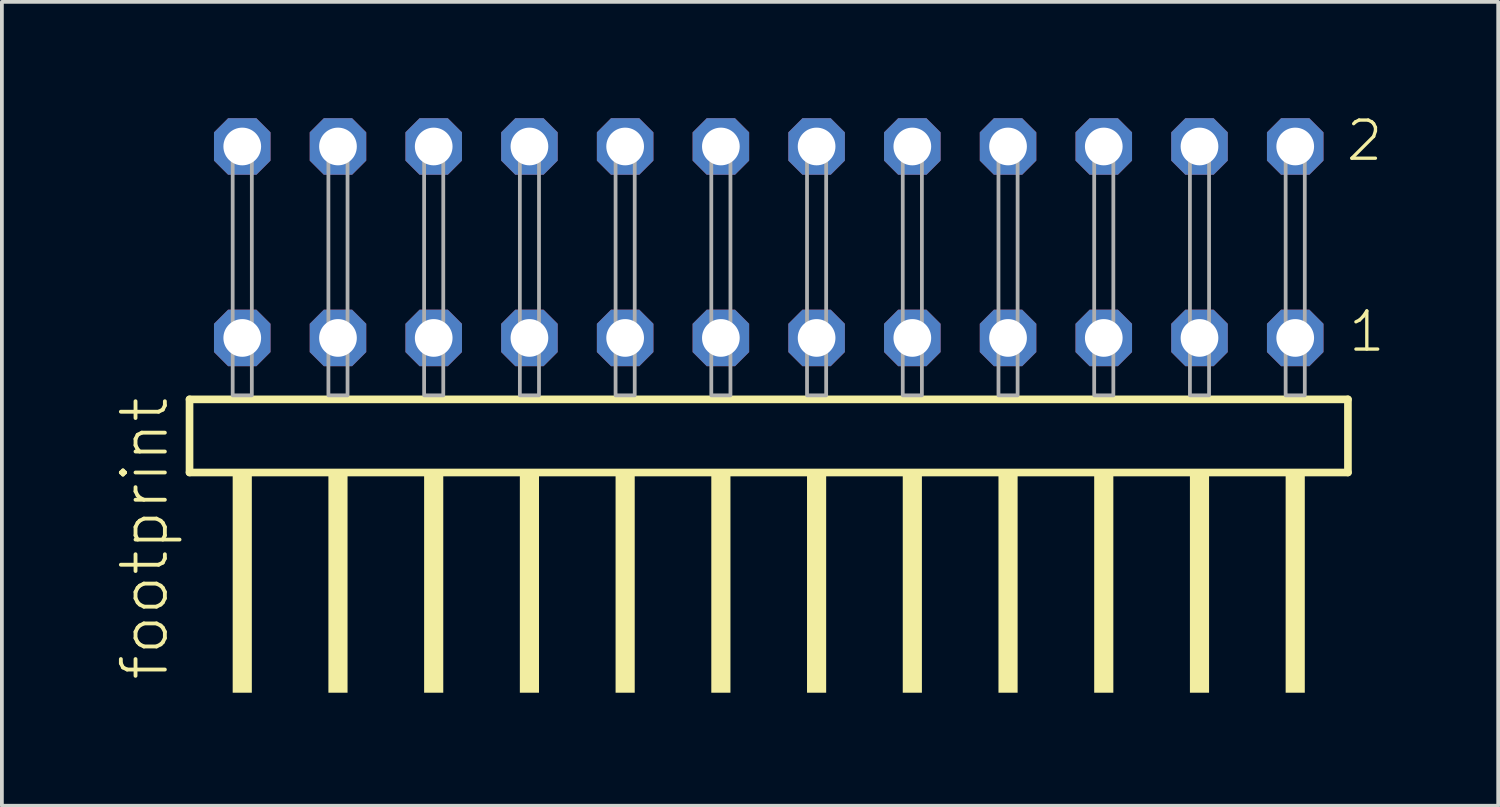
<source format=kicad_pcb>
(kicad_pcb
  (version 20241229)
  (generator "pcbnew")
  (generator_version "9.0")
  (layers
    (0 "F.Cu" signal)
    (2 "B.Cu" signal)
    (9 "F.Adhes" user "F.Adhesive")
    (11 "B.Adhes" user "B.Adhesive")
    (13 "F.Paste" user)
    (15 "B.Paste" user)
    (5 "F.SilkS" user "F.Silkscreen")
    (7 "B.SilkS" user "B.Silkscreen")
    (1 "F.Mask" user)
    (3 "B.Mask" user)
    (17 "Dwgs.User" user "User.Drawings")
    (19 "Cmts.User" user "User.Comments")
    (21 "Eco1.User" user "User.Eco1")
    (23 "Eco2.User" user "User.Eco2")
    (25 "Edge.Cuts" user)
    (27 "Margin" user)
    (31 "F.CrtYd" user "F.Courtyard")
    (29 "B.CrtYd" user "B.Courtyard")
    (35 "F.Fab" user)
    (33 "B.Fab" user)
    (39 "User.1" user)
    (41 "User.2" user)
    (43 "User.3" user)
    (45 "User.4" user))
  (footprint "footprint"
    (layer "F.Cu")
    (at 17.348 7.441)
    (property "Reference" "footprint" (at -15.875 7.62 90) (layer "F.SilkS") (effects (font (size 1.168 1.168) (thickness 0.102)) (justify left bottom)))
    (fp_line (start -15.369 0.106) (end -15.369 2.046) (stroke (width 0.203) (type solid)) (layer "F.SilkS"))
    (fp_line (start -15.369 2.046) (end 15.369 2.046) (stroke (width 0.203) (type solid)) (layer "F.SilkS"))
    (fp_line (start 15.369 0.106) (end -15.369 0.106) (stroke (width 0.203) (type solid)) (layer "F.SilkS"))
    (fp_line (start 15.369 2.046) (end 15.369 0.106) (stroke (width 0.203) (type solid)) (layer "F.SilkS"))
    (fp_poly (pts (xy -14.224 7.89) (xy -13.716 7.89) (xy -13.716 2.04) (xy -14.224 2.04)) (stroke (width 0) (type solid)) (fill yes) (layer "F.SilkS"))
    (fp_poly (pts (xy -11.684 7.89) (xy -11.176 7.89) (xy -11.176 2.04) (xy -11.684 2.04)) (stroke (width 0) (type solid)) (fill yes) (layer "F.SilkS"))
    (fp_poly (pts (xy -9.144 7.89) (xy -8.636 7.89) (xy -8.636 2.04) (xy -9.144 2.04)) (stroke (width 0) (type solid)) (fill yes) (layer "F.SilkS"))
    (fp_poly (pts (xy -6.604 7.89) (xy -6.096 7.89) (xy -6.096 2.04) (xy -6.604 2.04)) (stroke (width 0) (type solid)) (fill yes) (layer "F.SilkS"))
    (fp_poly (pts (xy -4.064 7.89) (xy -3.556 7.89) (xy -3.556 2.04) (xy -4.064 2.04)) (stroke (width 0) (type solid)) (fill yes) (layer "F.SilkS"))
    (fp_poly (pts (xy -1.524 7.89) (xy -1.016 7.89) (xy -1.016 2.04) (xy -1.524 2.04)) (stroke (width 0) (type solid)) (fill yes) (layer "F.SilkS"))
    (fp_poly (pts (xy 1.016 7.89) (xy 1.524 7.89) (xy 1.524 2.04) (xy 1.016 2.04)) (stroke (width 0) (type solid)) (fill yes) (layer "F.SilkS"))
    (fp_poly (pts (xy 3.556 7.89) (xy 4.064 7.89) (xy 4.064 2.04) (xy 3.556 2.04)) (stroke (width 0) (type solid)) (fill yes) (layer "F.SilkS"))
    (fp_poly (pts (xy 6.096 7.89) (xy 6.604 7.89) (xy 6.604 2.04) (xy 6.096 2.04)) (stroke (width 0) (type solid)) (fill yes) (layer "F.SilkS"))
    (fp_poly (pts (xy 8.636 7.89) (xy 9.144 7.89) (xy 9.144 2.04) (xy 8.636 2.04)) (stroke (width 0) (type solid)) (fill yes) (layer "F.SilkS"))
    (fp_poly (pts (xy 11.176 7.89) (xy 11.684 7.89) (xy 11.684 2.04) (xy 11.176 2.04)) (stroke (width 0) (type solid)) (fill yes) (layer "F.SilkS"))
    (fp_poly (pts (xy 13.716 7.89) (xy 14.224 7.89) (xy 14.224 2.04) (xy 13.716 2.04)) (stroke (width 0) (type solid)) (fill yes) (layer "F.SilkS"))
    (fp_poly (pts (xy -14.224 0) (xy -13.716 0) (xy -13.716 -6.858) (xy -14.224 -6.858)) (stroke (width 0.1) (type solid)) (fill no) (layer "F.Fab"))
    (fp_poly (pts (xy -11.684 0) (xy -11.176 0) (xy -11.176 -6.858) (xy -11.684 -6.858)) (stroke (width 0.1) (type solid)) (fill no) (layer "F.Fab"))
    (fp_poly (pts (xy -9.144 0) (xy -8.636 0) (xy -8.636 -6.858) (xy -9.144 -6.858)) (stroke (width 0.1) (type solid)) (fill no) (layer "F.Fab"))
    (fp_poly (pts (xy -6.604 0) (xy -6.096 0) (xy -6.096 -6.858) (xy -6.604 -6.858)) (stroke (width 0.1) (type solid)) (fill no) (layer "F.Fab"))
    (fp_poly (pts (xy -4.064 0) (xy -3.556 0) (xy -3.556 -6.858) (xy -4.064 -6.858)) (stroke (width 0.1) (type solid)) (fill no) (layer "F.Fab"))
    (fp_poly (pts (xy -1.524 0) (xy -1.016 0) (xy -1.016 -6.858) (xy -1.524 -6.858)) (stroke (width 0.1) (type solid)) (fill no) (layer "F.Fab"))
    (fp_poly (pts (xy 1.016 0) (xy 1.524 0) (xy 1.524 -6.858) (xy 1.016 -6.858)) (stroke (width 0.1) (type solid)) (fill no) (layer "F.Fab"))
    (fp_poly (pts (xy 3.556 0) (xy 4.064 0) (xy 4.064 -6.858) (xy 3.556 -6.858)) (stroke (width 0.1) (type solid)) (fill no) (layer "F.Fab"))
    (fp_poly (pts (xy 6.096 0) (xy 6.604 0) (xy 6.604 -6.858) (xy 6.096 -6.858)) (stroke (width 0.1) (type solid)) (fill no) (layer "F.Fab"))
    (fp_poly (pts (xy 8.636 0) (xy 9.144 0) (xy 9.144 -6.858) (xy 8.636 -6.858)) (stroke (width 0.1) (type solid)) (fill no) (layer "F.Fab"))
    (fp_poly (pts (xy 11.176 0) (xy 11.684 0) (xy 11.684 -6.858) (xy 11.176 -6.858)) (stroke (width 0.1) (type solid)) (fill no) (layer "F.Fab"))
    (fp_poly (pts (xy 13.716 0) (xy 14.224 0) (xy 14.224 -6.858) (xy 13.716 -6.858)) (stroke (width 0.1) (type solid)) (fill no) (layer "F.Fab"))
    (fp_text user "1" (at 15.33 -1.1 0) (layer "F.SilkS") (effects (font (size 1.012 1.012) (thickness 0.088)) (justify left bottom)))
    (fp_text user "2" (at 15.27 -6.165 0) (layer "F.SilkS") (effects (font (size 1.012 1.012) (thickness 0.088)) (justify left bottom)))
    (pad "1" thru_hole roundrect (at 13.97 -1.524 180) (size 1.5 1.5) (drill 1) (layers "*.Cu" "*.Mask") (roundrect_rratio 0.25) (chamfer_ratio 0.25) (chamfer top_left top_right bottom_left bottom_right))
    (pad "2" thru_hole roundrect (at 13.97 -6.604 180) (size 1.5 1.5) (drill 1) (layers "*.Cu" "*.Mask") (roundrect_rratio 0.25) (chamfer_ratio 0.25) (chamfer top_left top_right bottom_left bottom_right))
    (pad "3" thru_hole roundrect (at 11.43 -1.524 180) (size 1.5 1.5) (drill 1) (layers "*.Cu" "*.Mask") (roundrect_rratio 0.25) (chamfer_ratio 0.25) (chamfer top_left top_right bottom_left bottom_right))
    (pad "4" thru_hole roundrect (at 11.43 -6.604 180) (size 1.5 1.5) (drill 1) (layers "*.Cu" "*.Mask") (roundrect_rratio 0.25) (chamfer_ratio 0.25) (chamfer top_left top_right bottom_left bottom_right))
    (pad "5" thru_hole roundrect (at 8.89 -1.524 180) (size 1.5 1.5) (drill 1) (layers "*.Cu" "*.Mask") (roundrect_rratio 0.25) (chamfer_ratio 0.25) (chamfer top_left top_right bottom_left bottom_right))
    (pad "6" thru_hole roundrect (at 8.89 -6.604 180) (size 1.5 1.5) (drill 1) (layers "*.Cu" "*.Mask") (roundrect_rratio 0.25) (chamfer_ratio 0.25) (chamfer top_left top_right bottom_left bottom_right))
    (pad "7" thru_hole roundrect (at 6.35 -1.524 180) (size 1.5 1.5) (drill 1) (layers "*.Cu" "*.Mask") (roundrect_rratio 0.25) (chamfer_ratio 0.25) (chamfer top_left top_right bottom_left bottom_right))
    (pad "8" thru_hole roundrect (at 6.35 -6.604 180) (size 1.5 1.5) (drill 1) (layers "*.Cu" "*.Mask") (roundrect_rratio 0.25) (chamfer_ratio 0.25) (chamfer top_left top_right bottom_left bottom_right))
    (pad "9" thru_hole roundrect (at 3.81 -1.524 180) (size 1.5 1.5) (drill 1) (layers "*.Cu" "*.Mask") (roundrect_rratio 0.25) (chamfer_ratio 0.25) (chamfer top_left top_right bottom_left bottom_right))
    (pad "10" thru_hole roundrect (at 3.81 -6.604 180) (size 1.5 1.5) (drill 1) (layers "*.Cu" "*.Mask") (roundrect_rratio 0.25) (chamfer_ratio 0.25) (chamfer top_left top_right bottom_left bottom_right))
    (pad "11" thru_hole roundrect (at 1.27 -1.524 180) (size 1.5 1.5) (drill 1) (layers "*.Cu" "*.Mask") (roundrect_rratio 0.25) (chamfer_ratio 0.25) (chamfer top_left top_right bottom_left bottom_right))
    (pad "12" thru_hole roundrect (at 1.27 -6.604 180) (size 1.5 1.5) (drill 1) (layers "*.Cu" "*.Mask") (roundrect_rratio 0.25) (chamfer_ratio 0.25) (chamfer top_left top_right bottom_left bottom_right))
    (pad "13" thru_hole roundrect (at -1.27 -1.524 180) (size 1.5 1.5) (drill 1) (layers "*.Cu" "*.Mask") (roundrect_rratio 0.25) (chamfer_ratio 0.25) (chamfer top_left top_right bottom_left bottom_right))
    (pad "14" thru_hole roundrect (at -1.27 -6.604 180) (size 1.5 1.5) (drill 1) (layers "*.Cu" "*.Mask") (roundrect_rratio 0.25) (chamfer_ratio 0.25) (chamfer top_left top_right bottom_left bottom_right))
    (pad "15" thru_hole roundrect (at -3.81 -1.524 180) (size 1.5 1.5) (drill 1) (layers "*.Cu" "*.Mask") (roundrect_rratio 0.25) (chamfer_ratio 0.25) (chamfer top_left top_right bottom_left bottom_right))
    (pad "16" thru_hole roundrect (at -3.81 -6.604 180) (size 1.5 1.5) (drill 1) (layers "*.Cu" "*.Mask") (roundrect_rratio 0.25) (chamfer_ratio 0.25) (chamfer top_left top_right bottom_left bottom_right))
    (pad "17" thru_hole roundrect (at -6.35 -1.524 180) (size 1.5 1.5) (drill 1) (layers "*.Cu" "*.Mask") (roundrect_rratio 0.25) (chamfer_ratio 0.25) (chamfer top_left top_right bottom_left bottom_right))
    (pad "18" thru_hole roundrect (at -6.35 -6.604 180) (size 1.5 1.5) (drill 1) (layers "*.Cu" "*.Mask") (roundrect_rratio 0.25) (chamfer_ratio 0.25) (chamfer top_left top_right bottom_left bottom_right))
    (pad "19" thru_hole roundrect (at -8.89 -1.524 180) (size 1.5 1.5) (drill 1) (layers "*.Cu" "*.Mask") (roundrect_rratio 0.25) (chamfer_ratio 0.25) (chamfer top_left top_right bottom_left bottom_right))
    (pad "20" thru_hole roundrect (at -8.89 -6.604 180) (size 1.5 1.5) (drill 1) (layers "*.Cu" "*.Mask") (roundrect_rratio 0.25) (chamfer_ratio 0.25) (chamfer top_left top_right bottom_left bottom_right))
    (pad "21" thru_hole roundrect (at -11.43 -1.524 180) (size 1.5 1.5) (drill 1) (layers "*.Cu" "*.Mask") (roundrect_rratio 0.25) (chamfer_ratio 0.25) (chamfer top_left top_right bottom_left bottom_right))
    (pad "22" thru_hole roundrect (at -11.43 -6.604 180) (size 1.5 1.5) (drill 1) (layers "*.Cu" "*.Mask") (roundrect_rratio 0.25) (chamfer_ratio 0.25) (chamfer top_left top_right bottom_left bottom_right))
    (pad "23" thru_hole roundrect (at -13.97 -1.524 180) (size 1.5 1.5) (drill 1) (layers "*.Cu" "*.Mask") (roundrect_rratio 0.25) (chamfer_ratio 0.25) (chamfer top_left top_right bottom_left bottom_right))
    (pad "24" thru_hole roundrect (at -13.97 -6.604 180) (size 1.5 1.5) (drill 1) (layers "*.Cu" "*.Mask") (roundrect_rratio 0.25) (chamfer_ratio 0.25) (chamfer top_left top_right bottom_left bottom_right)))
  (gr_rect
    (start -3 -3)
    (end 36.704 18.331)
    (stroke (width 0.1) (type default))
    (fill no)
    (layer "Edge.Cuts")))
</source>
